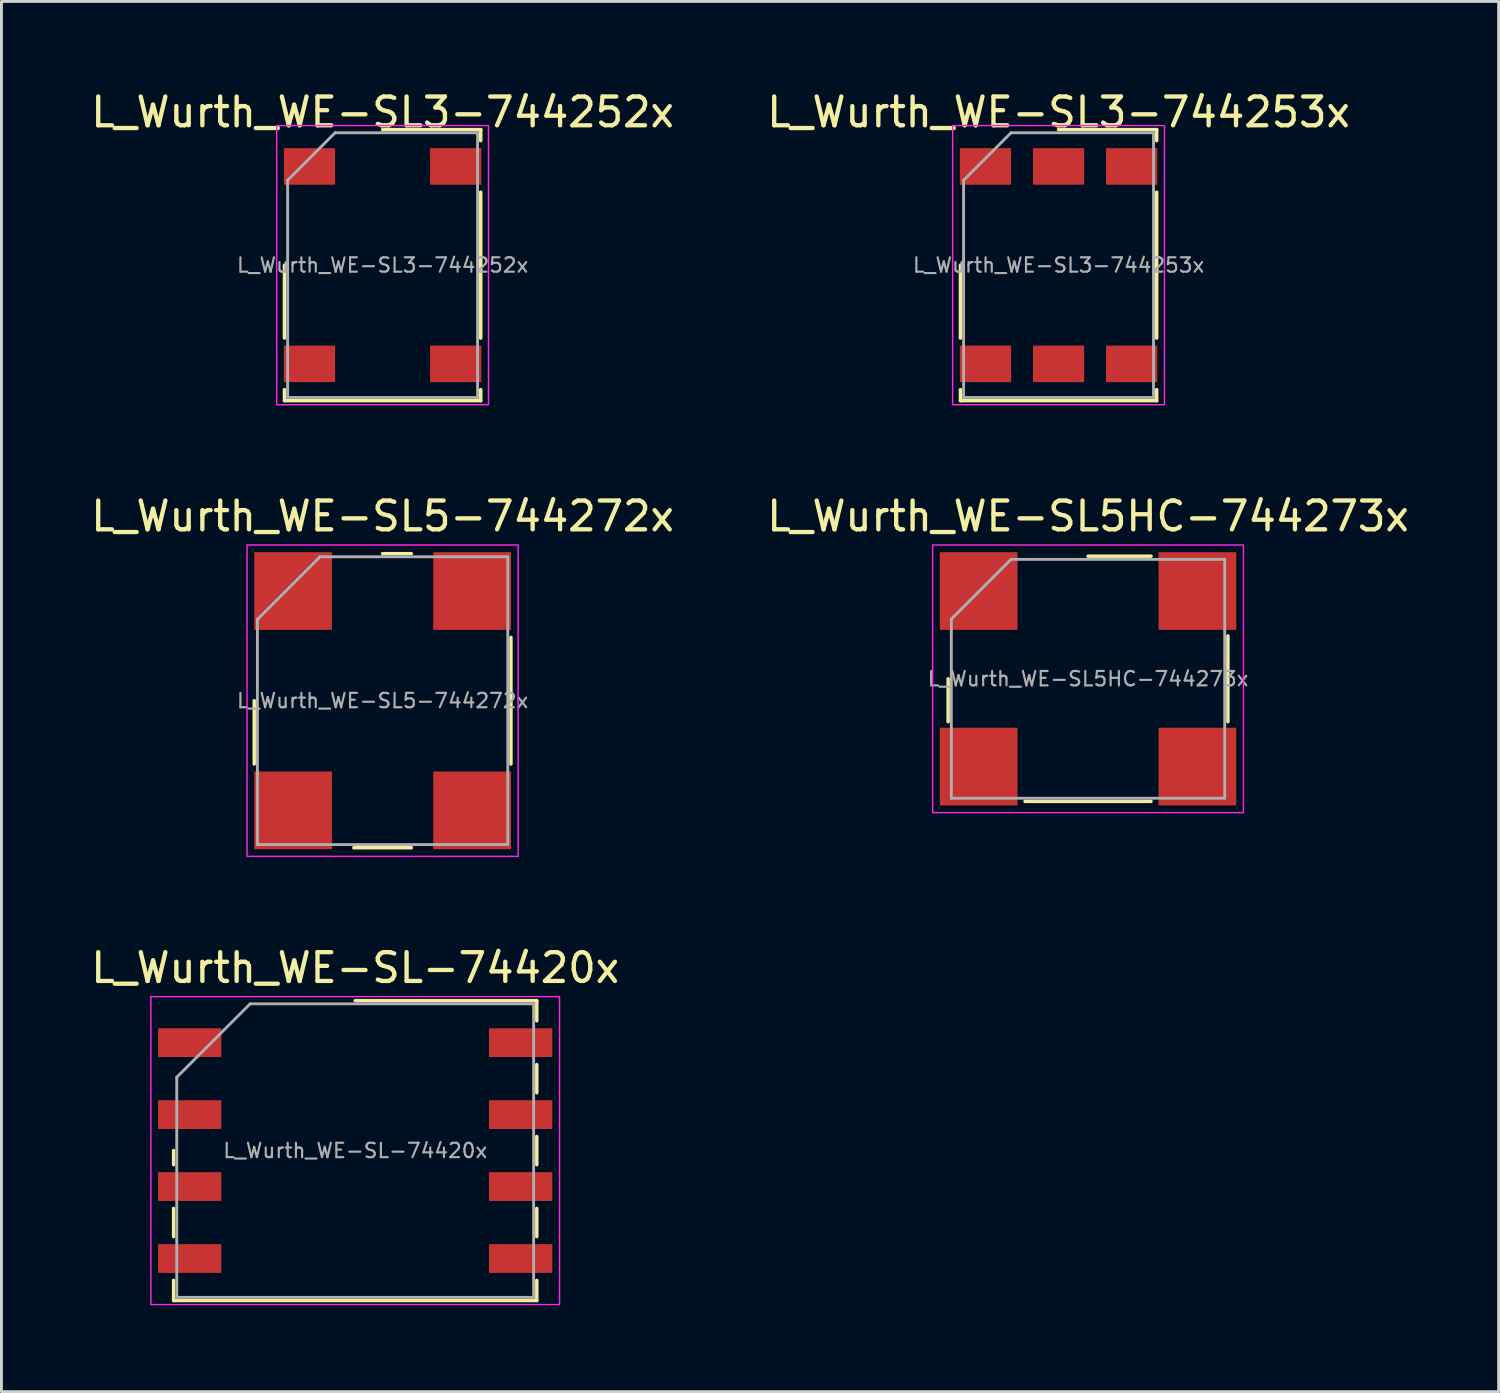
<source format=kicad_pcb>
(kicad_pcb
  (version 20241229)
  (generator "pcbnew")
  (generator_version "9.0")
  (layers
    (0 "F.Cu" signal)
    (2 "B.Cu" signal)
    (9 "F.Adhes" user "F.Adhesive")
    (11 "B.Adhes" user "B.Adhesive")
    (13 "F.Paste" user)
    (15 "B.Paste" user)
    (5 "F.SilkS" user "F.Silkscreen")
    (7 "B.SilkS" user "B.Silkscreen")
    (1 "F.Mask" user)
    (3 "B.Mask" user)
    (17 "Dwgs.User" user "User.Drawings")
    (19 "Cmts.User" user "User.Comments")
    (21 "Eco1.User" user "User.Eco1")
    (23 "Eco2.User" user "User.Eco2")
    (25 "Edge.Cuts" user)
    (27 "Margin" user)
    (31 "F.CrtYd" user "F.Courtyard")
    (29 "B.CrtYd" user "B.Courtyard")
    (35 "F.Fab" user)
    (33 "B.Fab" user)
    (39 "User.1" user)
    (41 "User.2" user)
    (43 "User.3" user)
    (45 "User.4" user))
  (footprint "L_Wurth_WE-SL5HC-744273x"
    (layer "F.Cu")
    (at 34.756 20.537)
    (property "Reference" "L_Wurth_WE-SL5HC-744273x" (at 0 -5.65 0) (unlocked yes) (layer "F.SilkS") (effects (font (size 1 1) (thickness 0.15))))
    (attr smd)
    (fp_line (start -4.86 0) (end -4.86 1.49) (stroke (width 0.12) (type solid)) (layer "F.SilkS"))
    (fp_line (start -2.19 4.26) (end 2.19 4.26) (stroke (width 0.12) (type solid)) (layer "F.SilkS"))
    (fp_line (start 0 -4.26) (end 2.19 -4.26) (stroke (width 0.12) (type solid)) (layer "F.SilkS"))
    (fp_line (start 4.86 -1.49) (end 4.86 1.49) (stroke (width 0.12) (type solid)) (layer "F.SilkS"))
    (fp_rect (start -5.4 -4.65) (end 5.4 4.65) (stroke (width 0.05) (type solid)) (fill no) (layer "F.CrtYd"))
    (fp_line (start -4.75 -2.075) (end -4.75 4.15) (stroke (width 0.1) (type solid)) (layer "F.Fab"))
    (fp_line (start -4.75 4.15) (end 4.75 4.15) (stroke (width 0.1) (type solid)) (layer "F.Fab"))
    (fp_line (start -2.675 -4.15) (end -4.75 -2.075) (stroke (width 0.1) (type solid)) (layer "F.Fab"))
    (fp_line (start 4.75 -4.15) (end -2.675 -4.15) (stroke (width 0.1) (type solid)) (layer "F.Fab"))
    (fp_line (start 4.75 4.15) (end 4.75 -4.15) (stroke (width 0.1) (type solid)) (layer "F.Fab"))
    (fp_text user "${REFERENCE}" (at 0 0 0) (unlocked yes) (layer "F.Fab") (effects (font (size 0.5 0.5) (thickness 0.075))))
    (pad "1" smd rect (at -3.8 -3.05) (size 2.7 2.7) (layers "F.Cu" "F.Mask" "F.Paste"))
    (pad "2" smd rect (at -3.8 3.05) (size 2.7 2.7) (layers "F.Cu" "F.Mask" "F.Paste"))
    (pad "3" smd rect (at 3.8 3.05) (size 2.7 2.7) (layers "F.Cu" "F.Mask" "F.Paste"))
    (pad "4" smd rect (at 3.8 -3.05) (size 2.7 2.7) (layers "F.Cu" "F.Mask" "F.Paste")))
  (footprint "L_Wurth_WE-SL-74420x"
    (layer "F.Cu")
    (at 9.292 36.93)
    (property "Reference" "L_Wurth_WE-SL-74420x" (at 0 -6.35 0) (unlocked yes) (layer "F.SilkS") (effects (font (size 1 1) (thickness 0.15))))
    (attr smd)
    (fp_line (start -6.31 0) (end -6.31 0.49) (stroke (width 0.12) (type solid)) (layer "F.SilkS"))
    (fp_line (start -6.31 2.01) (end -6.31 2.99) (stroke (width 0.12) (type solid)) (layer "F.SilkS"))
    (fp_line (start -6.31 5.21) (end -6.31 4.51) (stroke (width 0.12) (type solid)) (layer "F.SilkS"))
    (fp_line (start -6.31 5.21) (end 6.31 5.21) (stroke (width 0.12) (type solid)) (layer "F.SilkS"))
    (fp_line (start 0 -5.21) (end 6.31 -5.21) (stroke (width 0.12) (type solid)) (layer "F.SilkS"))
    (fp_line (start 6.31 -5.21) (end 6.31 -4.51) (stroke (width 0.12) (type solid)) (layer "F.SilkS"))
    (fp_line (start 6.31 -2.99) (end 6.31 -2.01) (stroke (width 0.12) (type solid)) (layer "F.SilkS"))
    (fp_line (start 6.31 -0.49) (end 6.31 0.49) (stroke (width 0.12) (type solid)) (layer "F.SilkS"))
    (fp_line (start 6.31 2.01) (end 6.31 2.99) (stroke (width 0.12) (type solid)) (layer "F.SilkS"))
    (fp_line (start 6.31 5.21) (end 6.31 4.51) (stroke (width 0.12) (type solid)) (layer "F.SilkS"))
    (fp_rect (start -7.1 -5.35) (end 7.1 5.35) (stroke (width 0.05) (type solid)) (fill no) (layer "F.CrtYd"))
    (fp_line (start -6.2 -2.55) (end -6.2 5.1) (stroke (width 0.1) (type solid)) (layer "F.Fab"))
    (fp_line (start -6.2 5.1) (end 6.2 5.1) (stroke (width 0.1) (type solid)) (layer "F.Fab"))
    (fp_line (start -3.65 -5.1) (end -6.2 -2.55) (stroke (width 0.1) (type solid)) (layer "F.Fab"))
    (fp_line (start 6.2 -5.1) (end -3.65 -5.1) (stroke (width 0.1) (type solid)) (layer "F.Fab"))
    (fp_line (start 6.2 5.1) (end 6.2 -5.1) (stroke (width 0.1) (type solid)) (layer "F.Fab"))
    (fp_text user "${REFERENCE}" (at 0 0 0) (unlocked yes) (layer "F.Fab") (effects (font (size 0.5 0.5) (thickness 0.075))))
    (pad "1" smd rect (at -5.75 -3.75) (size 2.2 1) (layers "F.Cu" "F.Mask" "F.Paste"))
    (pad "2" smd rect (at -5.75 -1.25) (size 2.2 1) (layers "F.Cu" "F.Mask" "F.Paste"))
    (pad "3" smd rect (at -5.75 1.25) (size 2.2 1) (layers "F.Cu" "F.Mask" "F.Paste"))
    (pad "4" smd rect (at -5.75 3.75) (size 2.2 1) (layers "F.Cu" "F.Mask" "F.Paste"))
    (pad "5" smd rect (at 5.75 3.75) (size 2.2 1) (layers "F.Cu" "F.Mask" "F.Paste"))
    (pad "6" smd rect (at 5.75 1.25) (size 2.2 1) (layers "F.Cu" "F.Mask" "F.Paste"))
    (pad "7" smd rect (at 5.75 -1.25) (size 2.2 1) (layers "F.Cu" "F.Mask" "F.Paste"))
    (pad "8" smd rect (at 5.75 -3.75) (size 2.2 1) (layers "F.Cu" "F.Mask" "F.Paste")))
  (footprint "L_Wurth_WE-SL3-744253x"
    (layer "F.Cu")
    (at 33.732 6.163)
    (property "Reference" "L_Wurth_WE-SL3-744253x" (at 0 -5.315 0) (unlocked yes) (layer "F.SilkS") (effects (font (size 1 1) (thickness 0.15))))
    (attr smd)
    (fp_line (start -3.41 2.535) (end -3.41 0) (stroke (width 0.12) (type solid)) (layer "F.SilkS"))
    (fp_line (start -3.41 4.71) (end -3.41 4.325) (stroke (width 0.12) (type solid)) (layer "F.SilkS"))
    (fp_line (start -3.41 4.71) (end 3.41 4.71) (stroke (width 0.12) (type solid)) (layer "F.SilkS"))
    (fp_line (start 0 -4.71) (end 3.41 -4.71) (stroke (width 0.12) (type solid)) (layer "F.SilkS"))
    (fp_line (start 3.41 -4.71) (end 3.41 -4.325) (stroke (width 0.12) (type solid)) (layer "F.SilkS"))
    (fp_line (start 3.41 -2.535) (end 3.41 2.535) (stroke (width 0.12) (type solid)) (layer "F.SilkS"))
    (fp_line (start 3.41 4.71) (end 3.41 4.325) (stroke (width 0.12) (type solid)) (layer "F.SilkS"))
    (fp_rect (start -3.68 -4.85) (end 3.68 4.85) (stroke (width 0.05) (type solid)) (fill no) (layer "F.CrtYd"))
    (fp_line (start -3.3 -2.95) (end -3.3 4.6) (stroke (width 0.1) (type solid)) (layer "F.Fab"))
    (fp_line (start -3.3 4.6) (end 3.3 4.6) (stroke (width 0.1) (type solid)) (layer "F.Fab"))
    (fp_line (start -1.65 -4.6) (end -3.3 -2.95) (stroke (width 0.1) (type solid)) (layer "F.Fab"))
    (fp_line (start 3.3 -4.6) (end -1.65 -4.6) (stroke (width 0.1) (type solid)) (layer "F.Fab"))
    (fp_line (start 3.3 4.6) (end 3.3 -4.6) (stroke (width 0.1) (type solid)) (layer "F.Fab"))
    (fp_text user "${REFERENCE}" (at 0 0 0) (unlocked yes) (layer "F.Fab") (effects (font (size 0.5 0.5) (thickness 0.075))))
    (pad "1" smd rect (at -2.54 -3.43) (size 1.78 1.27) (layers "F.Cu" "F.Mask" "F.Paste"))
    (pad "2" smd rect (at 0 -3.43) (size 1.78 1.27) (layers "F.Cu" "F.Mask" "F.Paste"))
    (pad "3" smd rect (at 2.54 -3.43) (size 1.78 1.27) (layers "F.Cu" "F.Mask" "F.Paste"))
    (pad "4" smd rect (at 2.54 3.43) (size 1.78 1.27) (layers "F.Cu" "F.Mask" "F.Paste"))
    (pad "5" smd rect (at 0 3.43) (size 1.78 1.27) (layers "F.Cu" "F.Mask" "F.Paste"))
    (pad "6" smd rect (at -2.54 3.43) (size 1.78 1.27) (layers "F.Cu" "F.Mask" "F.Paste")))
  (footprint "L_Wurth_WE-SL3-744252x"
    (layer "F.Cu")
    (at 10.244 6.163)
    (property "Reference" "L_Wurth_WE-SL3-744252x" (at 0 -5.315 0) (unlocked yes) (layer "F.SilkS") (effects (font (size 1 1) (thickness 0.15))))
    (attr smd)
    (fp_line (start -3.41 2.535) (end -3.41 0) (stroke (width 0.12) (type solid)) (layer "F.SilkS"))
    (fp_line (start -3.41 4.71) (end -3.41 4.325) (stroke (width 0.12) (type solid)) (layer "F.SilkS"))
    (fp_line (start -3.41 4.71) (end 3.41 4.71) (stroke (width 0.12) (type solid)) (layer "F.SilkS"))
    (fp_line (start 0 -4.71) (end 3.41 -4.71) (stroke (width 0.12) (type solid)) (layer "F.SilkS"))
    (fp_line (start 3.41 -4.71) (end 3.41 -4.325) (stroke (width 0.12) (type solid)) (layer "F.SilkS"))
    (fp_line (start 3.41 -2.535) (end 3.41 2.535) (stroke (width 0.12) (type solid)) (layer "F.SilkS"))
    (fp_line (start 3.41 4.71) (end 3.41 4.325) (stroke (width 0.12) (type solid)) (layer "F.SilkS"))
    (fp_rect (start -3.68 -4.85) (end 3.68 4.85) (stroke (width 0.05) (type solid)) (fill no) (layer "F.CrtYd"))
    (fp_line (start -3.3 -2.95) (end -3.3 4.6) (stroke (width 0.1) (type solid)) (layer "F.Fab"))
    (fp_line (start -3.3 4.6) (end 3.3 4.6) (stroke (width 0.1) (type solid)) (layer "F.Fab"))
    (fp_line (start -1.65 -4.6) (end -3.3 -2.95) (stroke (width 0.1) (type solid)) (layer "F.Fab"))
    (fp_line (start 3.3 -4.6) (end -1.65 -4.6) (stroke (width 0.1) (type solid)) (layer "F.Fab"))
    (fp_line (start 3.3 4.6) (end 3.3 -4.6) (stroke (width 0.1) (type solid)) (layer "F.Fab"))
    (fp_text user "${REFERENCE}" (at 0 0 0) (unlocked yes) (layer "F.Fab") (effects (font (size 0.5 0.5) (thickness 0.075))))
    (pad "1" smd rect (at -2.54 -3.43) (size 1.78 1.27) (layers "F.Cu" "F.Mask" "F.Paste"))
    (pad "3" smd rect (at 2.54 -3.43) (size 1.78 1.27) (layers "F.Cu" "F.Mask" "F.Paste"))
    (pad "4" smd rect (at 2.54 3.43) (size 1.78 1.27) (layers "F.Cu" "F.Mask" "F.Paste"))
    (pad "6" smd rect (at -2.54 3.43) (size 1.78 1.27) (layers "F.Cu" "F.Mask" "F.Paste")))
  (footprint "L_Wurth_WE-SL5-744272x"
    (layer "F.Cu")
    (at 10.244 21.297)
    (property "Reference" "L_Wurth_WE-SL5-744272x" (at 0 -6.41 0) (unlocked yes) (layer "F.SilkS") (effects (font (size 1 1) (thickness 0.15))))
    (attr smd)
    (fp_line (start -4.46 0) (end -4.46 2.2) (stroke (width 0.12) (type default)) (layer "F.SilkS"))
    (fp_line (start -1 5.11) (end 1 5.11) (stroke (width 0.12) (type solid)) (layer "F.SilkS"))
    (fp_line (start 0 -5.11) (end 1 -5.11) (stroke (width 0.12) (type solid)) (layer "F.SilkS"))
    (fp_line (start 4.46 -2.2) (end 4.46 2.2) (stroke (width 0.12) (type default)) (layer "F.SilkS"))
    (fp_rect (start -4.71 -5.41) (end 4.71 5.41) (stroke (width 0.05) (type solid)) (fill no) (layer "F.CrtYd"))
    (fp_line (start -4.35 -2.825) (end -4.35 5) (stroke (width 0.1) (type solid)) (layer "F.Fab"))
    (fp_line (start -4.35 5) (end 4.35 5) (stroke (width 0.1) (type solid)) (layer "F.Fab"))
    (fp_line (start -2.175 -5) (end -4.35 -2.825) (stroke (width 0.1) (type solid)) (layer "F.Fab"))
    (fp_line (start 4.35 -5) (end -2.175 -5) (stroke (width 0.1) (type solid)) (layer "F.Fab"))
    (fp_line (start 4.35 5) (end 4.35 -5) (stroke (width 0.1) (type solid)) (layer "F.Fab"))
    (fp_text user "${REFERENCE}" (at 0 0 0) (unlocked yes) (layer "F.Fab") (effects (font (size 0.5 0.5) (thickness 0.075))))
    (pad "1" smd rect (at -3.11 -3.81) (size 2.7 2.7) (layers "F.Cu" "F.Mask" "F.Paste"))
    (pad "2" smd rect (at -3.11 3.81) (size 2.7 2.7) (layers "F.Cu" "F.Mask" "F.Paste"))
    (pad "3" smd rect (at 3.11 3.81) (size 2.7 2.7) (layers "F.Cu" "F.Mask" "F.Paste"))
    (pad "4" smd rect (at 3.11 -3.81) (size 2.7 2.7) (layers "F.Cu" "F.Mask" "F.Paste")))
  (gr_rect
    (start -3 -3)
    (end 49.024 45.305)
    (stroke (width 0.1) (type default))
    (fill no)
    (layer "Edge.Cuts")))
</source>
